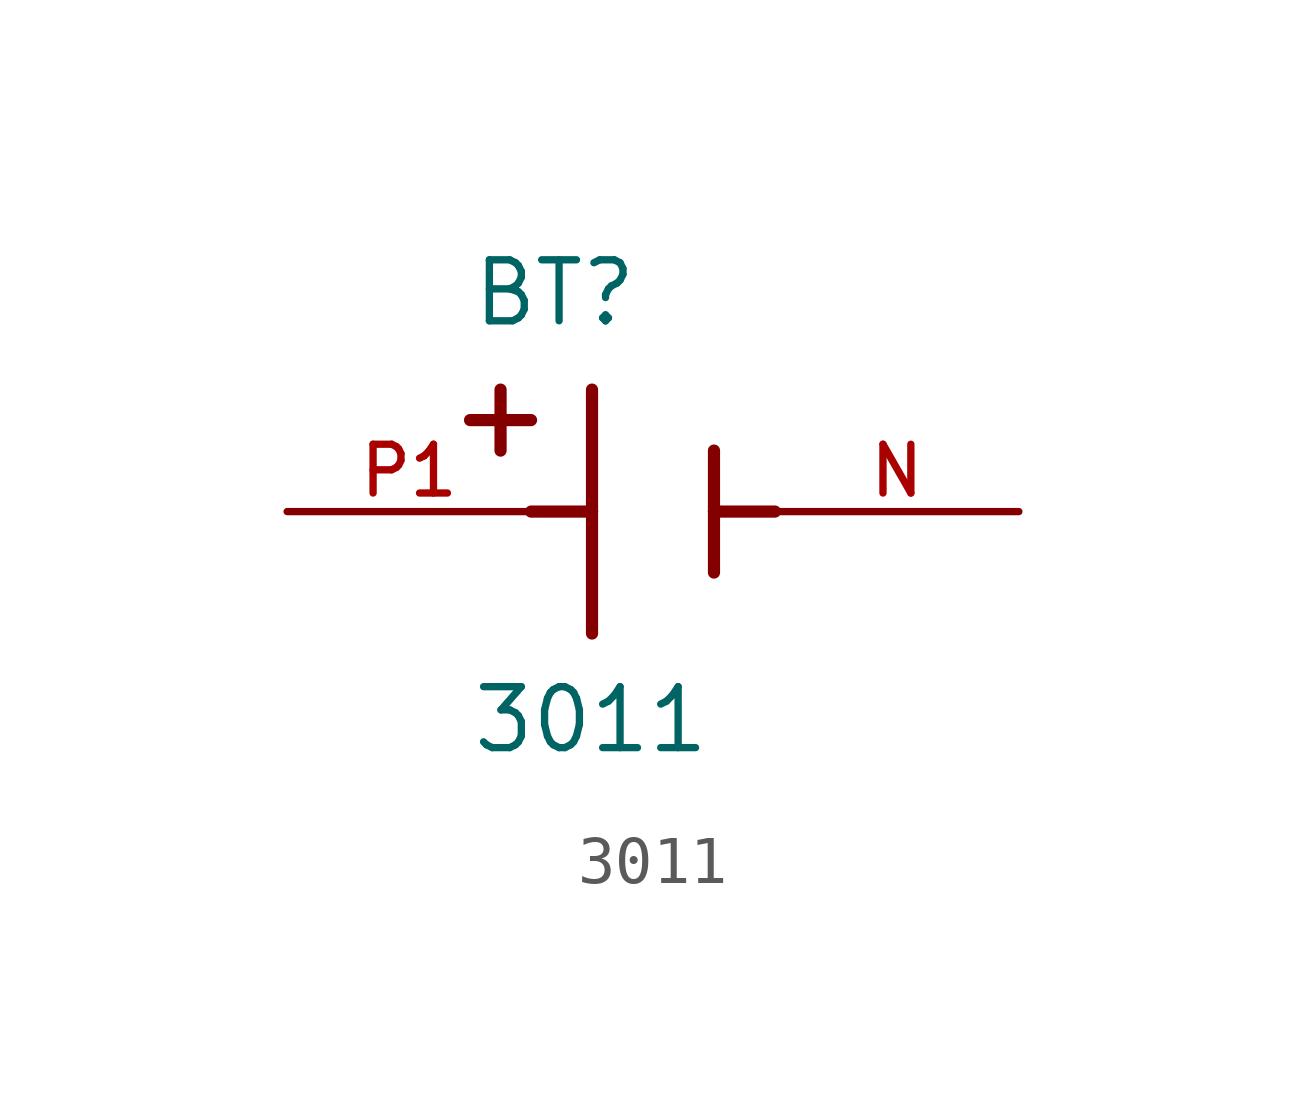
<source format=kicad_sym>
(kicad_symbol_lib
  (version 20211014)
  (generator kicad_symbol_editor)
  (symbol "3011"
    (pin_names
      (offset 1.016))
    (property "Reference" "BT"
      (at -3.81 3.81 0)
      (effects (font (size 1.27 1.27)) (justify bottom left)))
    (property "Value" "3011"
      (at -3.81 -5.08 0)
      (effects (font (size 1.27 1.27)) (justify bottom left)))
    (symbol "3011_0_0"
      (polyline (pts (xy -1.27 2.54) (xy -1.27 0.0)) (stroke (width 0.254)))
      (polyline (pts (xy -1.27 0.0) (xy -1.27 -2.54)) (stroke (width 0.254)))
      (polyline (pts (xy 1.27 1.27) (xy 1.27 0.0)) (stroke (width 0.254)))
      (polyline (pts (xy 1.27 0.0) (xy 1.27 -1.27)) (stroke (width 0.254)))
      (polyline (pts (xy -1.27 0.0) (xy -2.54 0.0)) (stroke (width 0.254)))
      (polyline (pts (xy 1.27 0.0) (xy 2.54 0.0)) (stroke (width 0.254)))
      (polyline (pts (xy -3.175 2.54) (xy -3.175 1.27)) (stroke (width 0.254)))
      (polyline (pts (xy -3.81 1.905) (xy -2.54 1.905)) (stroke (width 0.254)))
      (pin passive line (at -7.62 0.0 0) (length 5.08) (name "~" (effects (font (size 1.016 1.016)))) (number "P1" (effects (font (size 1.016 1.016)))))
      (pin passive line (at 7.62 0.0 180.0) (length 5.08) (name "~" (effects (font (size 1.016 1.016)))) (number "N" (effects (font (size 1.016 1.016))))))))
</source>
